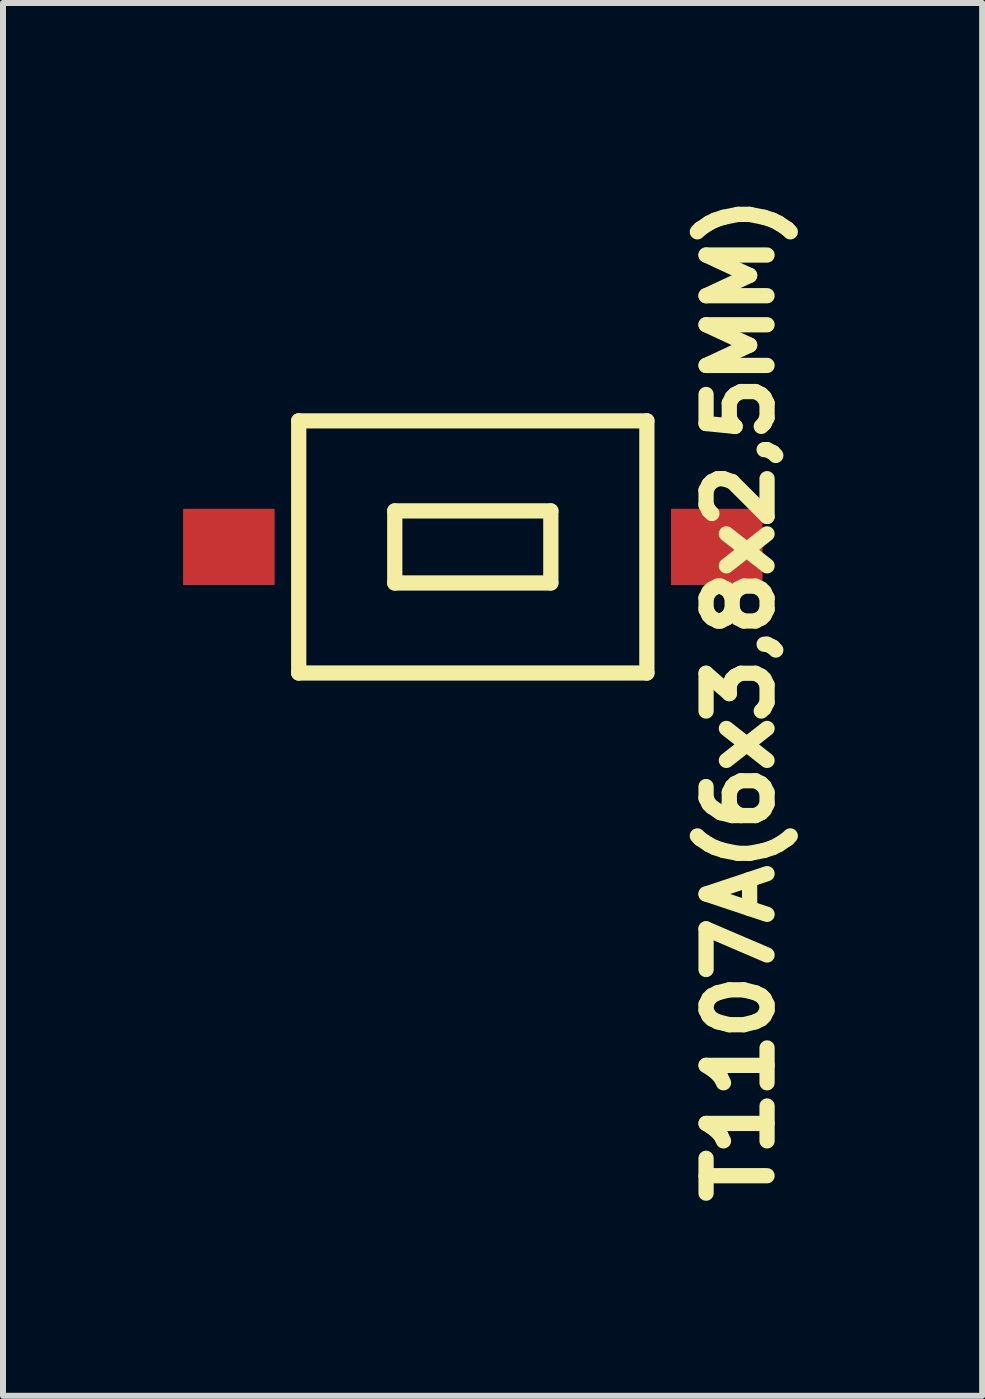
<source format=kicad_pcb>
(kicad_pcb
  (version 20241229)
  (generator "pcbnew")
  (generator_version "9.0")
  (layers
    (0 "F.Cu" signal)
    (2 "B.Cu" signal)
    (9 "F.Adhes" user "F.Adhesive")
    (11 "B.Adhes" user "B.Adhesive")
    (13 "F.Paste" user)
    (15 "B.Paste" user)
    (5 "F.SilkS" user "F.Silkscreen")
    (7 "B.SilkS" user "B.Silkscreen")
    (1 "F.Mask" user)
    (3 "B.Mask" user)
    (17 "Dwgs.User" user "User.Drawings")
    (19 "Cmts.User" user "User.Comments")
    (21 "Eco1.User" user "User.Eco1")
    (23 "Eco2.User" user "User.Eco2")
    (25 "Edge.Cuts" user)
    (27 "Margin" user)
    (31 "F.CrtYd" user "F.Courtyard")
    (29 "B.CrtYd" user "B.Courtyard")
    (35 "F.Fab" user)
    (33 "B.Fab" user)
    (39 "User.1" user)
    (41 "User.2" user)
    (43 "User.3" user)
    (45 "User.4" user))
  (footprint "T1107A(6x3,8x2,5MM)"
    (layer "F.Cu")
    (at 4.826 6.061)
    (property "Reference" "T1107A(6x3,8x2,5MM)" (at 4.445 2.54 90) (layer "F.SilkS") (effects (font (size 1.016 1.016) (thickness 0.254))))
    (attr smd)
    (fp_line (start -2.9 -2.1) (end -2.9 2.1) (stroke (width 0.254) (type solid)) (layer "F.SilkS"))
    (fp_line (start -2.9 2.1) (end 2.9 2.1) (stroke (width 0.254) (type solid)) (layer "F.SilkS"))
    (fp_line (start -1.3 -0.6) (end 1.3 -0.6) (stroke (width 0.254) (type solid)) (layer "F.SilkS"))
    (fp_line (start -1.3 0.6) (end -1.3 -0.6) (stroke (width 0.254) (type solid)) (layer "F.SilkS"))
    (fp_line (start -1.3 0.6) (end 1.3 0.6) (stroke (width 0.254) (type solid)) (layer "F.SilkS"))
    (fp_line (start 1.3 0.6) (end 1.3 -0.6) (stroke (width 0.254) (type solid)) (layer "F.SilkS"))
    (fp_line (start 2.9 -2.1) (end -2.9 -2.1) (stroke (width 0.254) (type solid)) (layer "F.SilkS"))
    (fp_line (start 2.9 2.1) (end 2.9 -2.1) (stroke (width 0.254) (type solid)) (layer "F.SilkS"))
    (pad "1" smd rect (at -4.064 0 90) (size 1.27 1.524) (layers "F.Cu" "F.Mask" "F.Paste"))
    (pad "2" smd rect (at 4.064 0 90) (size 1.27 1.524) (layers "F.Cu" "F.Mask" "F.Paste")))
  (gr_rect
    (start -3 -3)
    (end 13.311 20.202)
    (stroke (width 0.1) (type default))
    (fill no)
    (layer "Edge.Cuts")))
</source>
